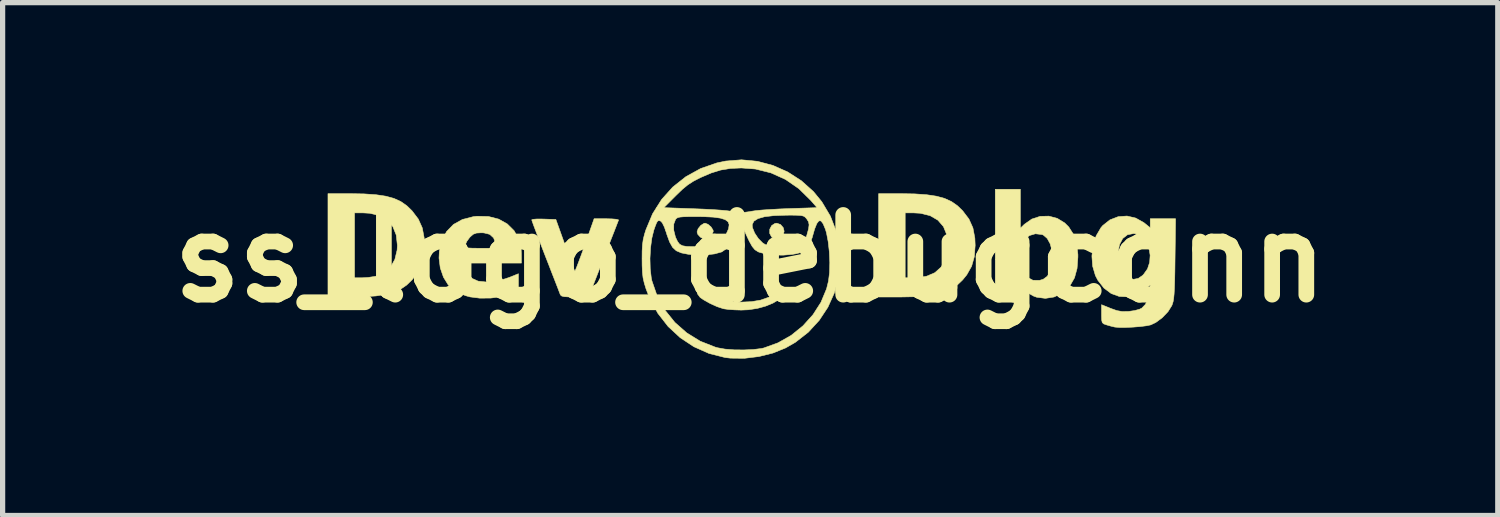
<source format=kicad_pcb>
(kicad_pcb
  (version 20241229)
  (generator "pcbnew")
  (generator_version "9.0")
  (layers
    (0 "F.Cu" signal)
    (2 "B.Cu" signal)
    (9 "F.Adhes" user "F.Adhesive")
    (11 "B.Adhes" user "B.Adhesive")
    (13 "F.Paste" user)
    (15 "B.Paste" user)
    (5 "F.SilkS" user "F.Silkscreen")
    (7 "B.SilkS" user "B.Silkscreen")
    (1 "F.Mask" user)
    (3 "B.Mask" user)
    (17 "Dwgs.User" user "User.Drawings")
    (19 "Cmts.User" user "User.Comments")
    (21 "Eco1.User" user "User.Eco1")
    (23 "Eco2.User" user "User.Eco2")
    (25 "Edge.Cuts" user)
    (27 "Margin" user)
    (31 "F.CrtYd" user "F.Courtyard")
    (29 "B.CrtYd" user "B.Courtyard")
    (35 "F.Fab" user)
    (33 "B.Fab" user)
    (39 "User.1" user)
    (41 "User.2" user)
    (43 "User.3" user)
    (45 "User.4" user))
  (footprint "ss_logo_debugconn"
    (layer "F.Cu")
    (at 11.292 1.894)
    (property "Reference" "ss_logo_debugconn" (at 0 0 0) (layer "F.SilkS") (effects (font (size 1.524 1.524) (thickness 0.3))))
    (attr through_hole)
    (fp_poly (pts (xy 0.58 -0.652) (xy 0.633 -0.59) (xy 0.649 -0.522) (xy 0.626 -0.442) (xy 0.569 -0.385) (xy 0.508 -0.367) (xy 0.446 -0.386) (xy 0.411 -0.411) (xy 0.373 -0.482) (xy 0.374 -0.561) (xy 0.41 -0.631) (xy 0.473 -0.672) (xy 0.508 -0.677) (xy 0.58 -0.652)) (stroke (width 0.01) (type solid)) (fill yes) (layer "F.SilkS"))
    (fp_poly (pts (xy -0.805 -0.655) (xy -0.747 -0.604) (xy -0.71 -0.544) (xy -0.706 -0.522) (xy -0.726 -0.469) (xy -0.775 -0.412) (xy -0.831 -0.373) (xy -0.854 -0.367) (xy -0.903 -0.382) (xy -0.953 -0.411) (xy -1.001 -0.463) (xy -1.016 -0.51) (xy -0.995 -0.573) (xy -0.944 -0.635) (xy -0.883 -0.673) (xy -0.861 -0.677) (xy -0.805 -0.655)) (stroke (width 0.01) (type solid)) (fill yes) (layer "F.SilkS"))
    (fp_poly (pts (xy -0.893 0.638) (xy -0.724 0.734) (xy -0.544 0.795) (xy -0.339 0.826) (xy -0.183 0.832) (xy 0.025 0.823) (xy 0.198 0.794) (xy 0.354 0.739) (xy 0.511 0.653) (xy 0.518 0.649) (xy 0.649 0.566) (xy 0.649 0.634) (xy 0.622 0.709) (xy 0.549 0.783) (xy 0.437 0.85) (xy 0.296 0.908) (xy 0.136 0.952) (xy -0.035 0.978) (xy -0.169 0.984) (xy -0.296 0.98) (xy -0.414 0.972) (xy -0.502 0.96) (xy -0.515 0.957) (xy -0.631 0.919) (xy -0.764 0.859) (xy -0.887 0.79) (xy -0.956 0.743) (xy -1.007 0.675) (xy -1.012 0.626) (xy -1.002 0.563) (xy -0.893 0.638)) (stroke (width 0.01) (type solid)) (fill yes) (layer "F.SilkS"))
    (fp_poly (pts (xy -7.655 -1.242) (xy -7.379 -1.237) (xy -7.151 -1.221) (xy -6.964 -1.193) (xy -6.809 -1.15) (xy -6.678 -1.09) (xy -6.565 -1.011) (xy -6.465 -0.914) (xy -6.345 -0.756) (xy -6.269 -0.587) (xy -6.232 -0.392) (xy -6.226 -0.254) (xy -6.242 -0.037) (xy -6.293 0.146) (xy -6.386 0.309) (xy -6.465 0.406) (xy -6.568 0.506) (xy -6.682 0.584) (xy -6.813 0.644) (xy -6.969 0.686) (xy -7.157 0.714) (xy -7.387 0.729) (xy -7.655 0.734) (xy -8.072 0.734) (xy -8.072 -0.875) (xy -7.564 -0.875) (xy -7.564 0.367) (xy -7.421 0.367) (xy -7.304 0.36) (xy -7.183 0.342) (xy -7.15 0.335) (xy -6.996 0.269) (xy -6.876 0.161) (xy -6.793 0.015) (xy -6.75 -0.163) (xy -6.745 -0.254) (xy -6.767 -0.451) (xy -6.832 -0.612) (xy -6.939 -0.735) (xy -7.086 -0.821) (xy -7.274 -0.867) (xy -7.413 -0.875) (xy -7.564 -0.875) (xy -8.072 -0.875) (xy -8.072 -1.242) (xy -7.655 -1.242)) (stroke (width 0.01) (type solid)) (fill yes) (layer "F.SilkS"))
    (fp_poly (pts (xy 2.872 -1.242) (xy 3.148 -1.237) (xy 3.376 -1.221) (xy 3.563 -1.193) (xy 3.718 -1.15) (xy 3.849 -1.09) (xy 3.962 -1.011) (xy 4.062 -0.914) (xy 4.182 -0.756) (xy 4.258 -0.587) (xy 4.295 -0.392) (xy 4.301 -0.254) (xy 4.285 -0.037) (xy 4.233 0.146) (xy 4.141 0.309) (xy 4.062 0.406) (xy 3.958 0.506) (xy 3.845 0.584) (xy 3.714 0.644) (xy 3.558 0.686) (xy 3.369 0.714) (xy 3.14 0.729) (xy 2.872 0.734) (xy 2.455 0.734) (xy 2.455 -0.875) (xy 2.963 -0.875) (xy 2.963 0.367) (xy 3.106 0.367) (xy 3.223 0.36) (xy 3.344 0.342) (xy 3.377 0.335) (xy 3.531 0.269) (xy 3.651 0.161) (xy 3.734 0.015) (xy 3.777 -0.163) (xy 3.781 -0.254) (xy 3.76 -0.451) (xy 3.695 -0.612) (xy 3.588 -0.735) (xy 3.44 -0.821) (xy 3.253 -0.867) (xy 3.113 -0.875) (xy 2.963 -0.875) (xy 2.455 -0.875) (xy 2.455 -1.242) (xy 2.872 -1.242)) (stroke (width 0.01) (type solid)) (fill yes) (layer "F.SilkS"))
    (fp_poly (pts (xy -2.639 -0.759) (xy -2.559 -0.752) (xy -2.519 -0.741) (xy -2.516 -0.737) (xy -2.529 -0.705) (xy -2.559 -0.627) (xy -2.604 -0.511) (xy -2.662 -0.364) (xy -2.729 -0.192) (xy -2.803 -0.002) (xy -2.808 0.011) (xy -3.09 0.734) (xy -3.352 0.734) (xy -3.478 0.732) (xy -3.558 0.727) (xy -3.604 0.715) (xy -3.627 0.695) (xy -3.632 0.684) (xy -3.647 0.645) (xy -3.679 0.561) (xy -3.726 0.44) (xy -3.785 0.289) (xy -3.852 0.116) (xy -3.914 -0.042) (xy -3.985 -0.226) (xy -4.049 -0.393) (xy -4.102 -0.535) (xy -4.144 -0.646) (xy -4.169 -0.717) (xy -4.177 -0.742) (xy -4.151 -0.751) (xy -4.082 -0.757) (xy -3.983 -0.757) (xy -3.946 -0.756) (xy -3.715 -0.748) (xy -3.54 -0.26) (xy -3.484 -0.104) (xy -3.434 0.032) (xy -3.393 0.141) (xy -3.365 0.213) (xy -3.353 0.24) (xy -3.341 0.219) (xy -3.313 0.152) (xy -3.273 0.047) (xy -3.223 -0.087) (xy -3.167 -0.242) (xy -3.163 -0.255) (xy -2.984 -0.762) (xy -2.745 -0.762) (xy -2.639 -0.759)) (stroke (width 0.01) (type solid)) (fill yes) (layer "F.SilkS"))
    (fp_poly (pts (xy 5.165 -0.582) (xy 5.242 -0.656) (xy 5.384 -0.756) (xy 5.543 -0.808) (xy 5.709 -0.812) (xy 5.869 -0.77) (xy 6.014 -0.681) (xy 6.09 -0.605) (xy 6.185 -0.457) (xy 6.242 -0.284) (xy 6.265 -0.077) (xy 6.265 -0.028) (xy 6.249 0.188) (xy 6.2 0.367) (xy 6.113 0.519) (xy 6.09 0.549) (xy 5.962 0.662) (xy 5.809 0.734) (xy 5.643 0.76) (xy 5.477 0.738) (xy 5.419 0.717) (xy 5.327 0.666) (xy 5.244 0.601) (xy 5.242 0.6) (xy 5.165 0.526) (xy 5.165 0.734) (xy 4.685 0.734) (xy 4.685 0.02) (xy 5.166 0.02) (xy 5.181 0.156) (xy 5.215 0.254) (xy 5.3 0.36) (xy 5.406 0.414) (xy 5.531 0.416) (xy 5.602 0.395) (xy 5.681 0.337) (xy 5.737 0.24) (xy 5.77 0.117) (xy 5.78 -0.019) (xy 5.769 -0.157) (xy 5.735 -0.283) (xy 5.679 -0.385) (xy 5.603 -0.451) (xy 5.579 -0.46) (xy 5.453 -0.475) (xy 5.337 -0.441) (xy 5.247 -0.363) (xy 5.243 -0.359) (xy 5.198 -0.258) (xy 5.171 -0.125) (xy 5.166 0.02) (xy 4.685 0.02) (xy 4.685 -1.326) (xy 5.165 -1.326) (xy 5.165 -0.582)) (stroke (width 0.01) (type solid)) (fill yes) (layer "F.SilkS"))
    (fp_poly (pts (xy -5.003 -0.805) (xy -4.808 -0.755) (xy -4.644 -0.663) (xy -4.514 -0.534) (xy -4.424 -0.372) (xy -4.379 -0.18) (xy -4.375 -0.092) (xy -4.374 0.085) (xy -5.479 0.085) (xy -5.459 0.148) (xy -5.4 0.286) (xy -5.316 0.379) (xy -5.201 0.431) (xy -5.049 0.447) (xy -4.964 0.443) (xy -4.83 0.423) (xy -4.687 0.387) (xy -4.602 0.358) (xy -4.431 0.289) (xy -4.431 0.467) (xy -4.432 0.564) (xy -4.44 0.62) (xy -4.463 0.649) (xy -4.505 0.668) (xy -4.523 0.674) (xy -4.737 0.726) (xy -4.958 0.754) (xy -5.17 0.756) (xy -5.357 0.732) (xy -5.436 0.71) (xy -5.535 0.672) (xy -5.623 0.63) (xy -5.656 0.611) (xy -5.773 0.503) (xy -5.864 0.355) (xy -5.925 0.179) (xy -5.949 -0.01) (xy -5.943 -0.135) (xy -5.916 -0.254) (xy -5.447 -0.254) (xy -5.443 -0.229) (xy -5.425 -0.213) (xy -5.383 -0.203) (xy -5.307 -0.199) (xy -5.187 -0.198) (xy -5.147 -0.198) (xy -4.847 -0.198) (xy -4.865 -0.289) (xy -4.906 -0.397) (xy -4.98 -0.464) (xy -5.092 -0.492) (xy -5.14 -0.494) (xy -5.232 -0.489) (xy -5.293 -0.467) (xy -5.349 -0.419) (xy -5.365 -0.402) (xy -5.416 -0.332) (xy -5.445 -0.269) (xy -5.447 -0.254) (xy -5.916 -0.254) (xy -5.895 -0.345) (xy -5.804 -0.518) (xy -5.673 -0.653) (xy -5.502 -0.748) (xy -5.293 -0.802) (xy -5.223 -0.81) (xy -5.003 -0.805)) (stroke (width 0.01) (type solid)) (fill yes) (layer "F.SilkS"))
    (fp_poly (pts (xy 7.371 -0.775) (xy 7.529 -0.686) (xy 7.541 -0.676) (xy 7.648 -0.59) (xy 7.648 -0.762) (xy 8.132 -0.762) (xy 8.122 0.007) (xy 8.119 0.241) (xy 8.115 0.427) (xy 8.11 0.57) (xy 8.104 0.678) (xy 8.096 0.759) (xy 8.086 0.82) (xy 8.072 0.867) (xy 8.061 0.897) (xy 7.987 1.015) (xy 7.878 1.129) (xy 7.754 1.221) (xy 7.657 1.267) (xy 7.576 1.284) (xy 7.456 1.299) (xy 7.317 1.31) (xy 7.177 1.316) (xy 7.056 1.316) (xy 6.971 1.309) (xy 6.971 1.309) (xy 6.892 1.29) (xy 6.809 1.266) (xy 6.759 1.248) (xy 6.731 1.223) (xy 6.72 1.177) (xy 6.717 1.094) (xy 6.717 1.059) (xy 6.717 0.881) (xy 6.892 0.952) (xy 7.01 0.994) (xy 7.111 1.012) (xy 7.226 1.01) (xy 7.24 1.009) (xy 7.346 0.994) (xy 7.44 0.969) (xy 7.486 0.947) (xy 7.553 0.878) (xy 7.608 0.774) (xy 7.642 0.657) (xy 7.648 0.591) (xy 7.648 0.505) (xy 7.541 0.592) (xy 7.382 0.688) (xy 7.218 0.731) (xy 7.055 0.723) (xy 6.901 0.667) (xy 6.763 0.563) (xy 6.647 0.415) (xy 6.6 0.325) (xy 6.547 0.145) (xy 6.534 -0.028) (xy 7.027 -0.028) (xy 7.045 0.141) (xy 7.096 0.269) (xy 7.179 0.354) (xy 7.292 0.393) (xy 7.333 0.395) (xy 7.418 0.379) (xy 7.5 0.323) (xy 7.52 0.303) (xy 7.596 0.196) (xy 7.637 0.071) (xy 7.646 -0.063) (xy 7.626 -0.194) (xy 7.579 -0.312) (xy 7.508 -0.406) (xy 7.416 -0.465) (xy 7.333 -0.48) (xy 7.212 -0.456) (xy 7.121 -0.384) (xy 7.06 -0.267) (xy 7.03 -0.106) (xy 7.027 -0.028) (xy 6.534 -0.028) (xy 6.533 -0.051) (xy 6.556 -0.25) (xy 6.614 -0.435) (xy 6.706 -0.592) (xy 6.74 -0.632) (xy 6.878 -0.741) (xy 7.036 -0.802) (xy 7.204 -0.814) (xy 7.371 -0.775)) (stroke (width 0.01) (type solid)) (fill yes) (layer "F.SilkS"))
    (fp_poly (pts (xy 0.139 -1.86) (xy 0.436 -1.781) (xy 0.718 -1.656) (xy 0.979 -1.488) (xy 1.21 -1.281) (xy 1.369 -1.087) (xy 1.533 -0.812) (xy 1.645 -0.523) (xy 1.707 -0.226) (xy 1.721 0.074) (xy 1.688 0.37) (xy 1.608 0.657) (xy 1.485 0.93) (xy 1.319 1.181) (xy 1.111 1.407) (xy 0.864 1.6) (xy 0.676 1.708) (xy 0.436 1.805) (xy 0.167 1.872) (xy -0.11 1.906) (xy -0.376 1.903) (xy -0.48 1.891) (xy -0.788 1.813) (xy -1.076 1.685) (xy -1.338 1.512) (xy -1.569 1.298) (xy -1.765 1.046) (xy -1.92 0.762) (xy -1.991 0.579) (xy -2.025 0.468) (xy -2.048 0.369) (xy -2.06 0.263) (xy -2.066 0.133) (xy -2.067 0.014) (xy -2.067 -0.003) (xy -1.916 -0.003) (xy -1.911 0.195) (xy -1.891 0.369) (xy -1.879 0.425) (xy -1.778 0.717) (xy -1.63 0.984) (xy -1.44 1.22) (xy -1.213 1.42) (xy -0.955 1.579) (xy -0.671 1.691) (xy -0.621 1.705) (xy -0.482 1.73) (xy -0.309 1.744) (xy -0.122 1.746) (xy 0.059 1.738) (xy 0.213 1.719) (xy 0.262 1.708) (xy 0.532 1.61) (xy 0.783 1.468) (xy 1.008 1.286) (xy 1.2 1.073) (xy 1.353 0.835) (xy 1.46 0.578) (xy 1.497 0.429) (xy 1.517 0.267) (xy 1.522 0.075) (xy 1.513 -0.128) (xy 1.491 -0.323) (xy 1.459 -0.491) (xy 1.439 -0.559) (xy 1.395 -0.665) (xy 1.354 -0.72) (xy 1.314 -0.722) (xy 1.274 -0.671) (xy 1.232 -0.567) (xy 1.186 -0.406) (xy 1.185 -0.401) (xy 1.147 -0.302) (xy 1.091 -0.21) (xy 1.078 -0.195) (xy 1.026 -0.146) (xy 0.963 -0.115) (xy 0.873 -0.092) (xy 0.804 -0.081) (xy 0.63 -0.066) (xy 0.454 -0.069) (xy 0.293 -0.089) (xy 0.167 -0.124) (xy 0.149 -0.132) (xy 0.09 -0.17) (xy 0.038 -0.233) (xy -0.017 -0.331) (xy -0.039 -0.377) (xy -0.087 -0.48) (xy -0.126 -0.569) (xy -0.15 -0.626) (xy -0.152 -0.631) (xy -0.166 -0.649) (xy 0.038 -0.649) (xy 0.042 -0.596) (xy 0.085 -0.489) (xy 0.155 -0.384) (xy 0.238 -0.3) (xy 0.291 -0.267) (xy 0.38 -0.244) (xy 0.505 -0.231) (xy 0.646 -0.228) (xy 0.784 -0.234) (xy 0.897 -0.251) (xy 0.945 -0.266) (xy 1.006 -0.3) (xy 1.046 -0.35) (xy 1.079 -0.434) (xy 1.085 -0.455) (xy 1.116 -0.569) (xy 1.126 -0.647) (xy 1.115 -0.704) (xy 1.082 -0.757) (xy 1.075 -0.766) (xy 1.049 -0.794) (xy 1.018 -0.813) (xy 0.971 -0.824) (xy 0.897 -0.829) (xy 0.785 -0.831) (xy 0.687 -0.83) (xy 0.455 -0.822) (xy 0.276 -0.801) (xy 0.149 -0.765) (xy 0.07 -0.715) (xy 0.038 -0.649) (xy -0.166 -0.649) (xy -0.178 -0.664) (xy -0.214 -0.646) (xy -0.255 -0.583) (xy -0.295 -0.485) (xy -0.367 -0.312) (xy -0.451 -0.193) (xy -0.544 -0.128) (xy -0.682 -0.09) (xy -0.856 -0.07) (xy -1.046 -0.07) (xy -1.185 -0.083) (xy -1.316 -0.109) (xy -1.413 -0.15) (xy -1.484 -0.216) (xy -1.541 -0.318) (xy -1.594 -0.464) (xy -1.601 -0.489) (xy -1.62 -0.544) (xy -1.462 -0.544) (xy -1.43 -0.416) (xy -1.424 -0.401) (xy -1.389 -0.327) (xy -1.35 -0.276) (xy -1.295 -0.246) (xy -1.214 -0.232) (xy -1.095 -0.229) (xy -0.983 -0.231) (xy -0.841 -0.237) (xy -0.742 -0.246) (xy -0.675 -0.261) (xy -0.625 -0.283) (xy -0.602 -0.299) (xy -0.525 -0.374) (xy -0.458 -0.471) (xy -0.414 -0.57) (xy -0.402 -0.649) (xy -0.423 -0.704) (xy -0.478 -0.745) (xy -0.57 -0.774) (xy -0.706 -0.793) (xy -0.89 -0.802) (xy -1.011 -0.803) (xy -1.165 -0.803) (xy -1.273 -0.8) (xy -1.343 -0.794) (xy -1.387 -0.783) (xy -1.414 -0.765) (xy -1.427 -0.75) (xy -1.461 -0.661) (xy -1.462 -0.544) (xy -1.62 -0.544) (xy -1.641 -0.604) (xy -1.68 -0.683) (xy -1.711 -0.717) (xy -1.744 -0.727) (xy -1.768 -0.719) (xy -1.79 -0.684) (xy -1.819 -0.611) (xy -1.842 -0.545) (xy -1.88 -0.393) (xy -1.905 -0.206) (xy -1.916 -0.003) (xy -2.067 -0.003) (xy -2.066 -0.145) (xy -2.059 -0.266) (xy -2.045 -0.367) (xy -2.02 -0.467) (xy -1.994 -0.55) (xy -1.866 -0.857) (xy -1.792 -0.974) (xy -1.651 -0.974) (xy -1.072 -0.953) (xy -0.89 -0.946) (xy -0.719 -0.937) (xy -0.571 -0.927) (xy -0.457 -0.917) (xy -0.387 -0.908) (xy -0.381 -0.907) (xy -0.252 -0.884) (xy -0.138 -0.881) (xy -0.009 -0.898) (xy 0.031 -0.906) (xy 0.108 -0.917) (xy 0.229 -0.929) (xy 0.383 -0.939) (xy 0.557 -0.949) (xy 0.731 -0.956) (xy 1.279 -0.974) (xy 1.159 -1.112) (xy 0.929 -1.338) (xy 0.674 -1.514) (xy 0.396 -1.639) (xy 0.098 -1.713) (xy -0.169 -1.733) (xy -0.376 -1.724) (xy -0.561 -1.694) (xy -0.746 -1.637) (xy -0.951 -1.549) (xy -0.957 -1.546) (xy -1.085 -1.48) (xy -1.193 -1.41) (xy -1.3 -1.322) (xy -1.423 -1.203) (xy -1.651 -0.974) (xy -1.792 -0.974) (xy -1.693 -1.131) (xy -1.48 -1.368) (xy -1.23 -1.566) (xy -0.949 -1.721) (xy -0.639 -1.829) (xy -0.468 -1.865) (xy -0.165 -1.889) (xy 0.139 -1.86)) (stroke (width 0.01) (type solid)) (fill yes) (layer "F.SilkS")))
  (gr_rect
    (start -3 -3)
    (end 25.584 6.805)
    (stroke (width 0.1) (type default))
    (fill no)
    (layer "Edge.Cuts")))
</source>
